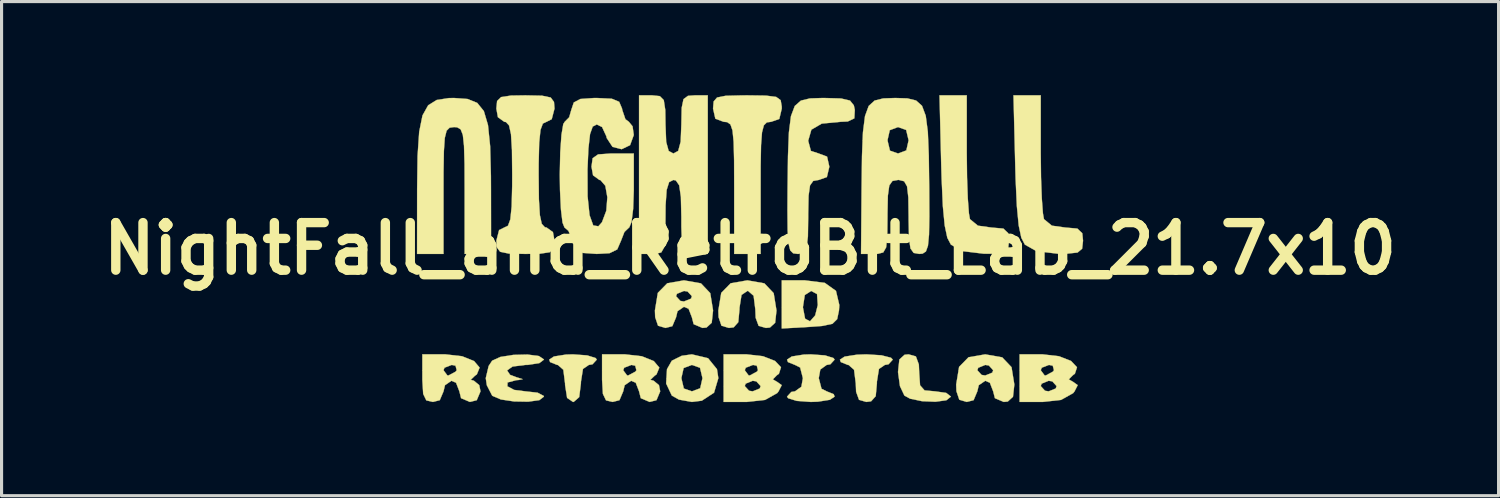
<source format=kicad_pcb>
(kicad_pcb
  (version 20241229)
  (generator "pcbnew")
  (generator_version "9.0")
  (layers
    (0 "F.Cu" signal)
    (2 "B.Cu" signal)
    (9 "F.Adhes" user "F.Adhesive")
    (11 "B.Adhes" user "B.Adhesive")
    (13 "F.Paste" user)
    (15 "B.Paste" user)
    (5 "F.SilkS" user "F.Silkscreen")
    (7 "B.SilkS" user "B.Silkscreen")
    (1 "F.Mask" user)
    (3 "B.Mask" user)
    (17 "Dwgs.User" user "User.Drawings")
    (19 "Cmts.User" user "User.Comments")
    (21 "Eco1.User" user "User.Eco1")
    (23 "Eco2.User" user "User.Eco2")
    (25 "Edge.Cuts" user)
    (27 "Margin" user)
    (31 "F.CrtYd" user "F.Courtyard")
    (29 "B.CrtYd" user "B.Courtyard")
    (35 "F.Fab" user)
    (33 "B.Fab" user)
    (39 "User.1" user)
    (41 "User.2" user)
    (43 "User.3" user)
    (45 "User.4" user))
  (footprint "NightFall_and_RetroBit_Lab_21.7x10"
    (layer "F.Cu")
    (at 20.98 4.916)
    (property "Reference" "NightFall_and_RetroBit_Lab_21.7x10" (at 0 0 0) (layer "F.SilkS") (effects (font (size 1.524 1.524) (thickness 0.3))))
    (attr through_hole)
    (fp_poly (pts (xy 5.313 3.453) (xy 5.408 3.712) (xy 5.419 3.979) (xy 5.447 4.378) (xy 5.591 4.541) (xy 5.927 4.572) (xy 6.283 4.621) (xy 6.435 4.739) (xy 6.435 4.741) (xy 6.29 4.857) (xy 5.94 4.905) (xy 5.51 4.887) (xy 5.127 4.807) (xy 4.945 4.707) (xy 4.803 4.405) (xy 4.741 3.958) (xy 4.741 3.945) (xy 4.784 3.551) (xy 4.95 3.4) (xy 5.08 3.387) (xy 5.313 3.453)) (stroke (width 0.01) (type solid)) (fill yes) (layer "F.SilkS"))
    (fp_poly (pts (xy -5.218 3.42) (xy -4.946 3.505) (xy -4.911 3.556) (xy -5.048 3.706) (xy -5.165 3.725) (xy -5.353 3.854) (xy -5.418 4.264) (xy -5.419 4.318) (xy -5.474 4.756) (xy -5.65 4.91) (xy -5.673 4.911) (xy -5.861 4.782) (xy -5.926 4.372) (xy -5.927 4.318) (xy -5.982 3.88) (xy -6.158 3.726) (xy -6.181 3.725) (xy -6.406 3.634) (xy -6.435 3.556) (xy -6.283 3.455) (xy -5.9 3.394) (xy -5.673 3.387) (xy -5.218 3.42)) (stroke (width 0.01) (type solid)) (fill yes) (layer "F.SilkS"))
    (fp_poly (pts (xy 2.393 1.096) (xy 2.752 1.352) (xy 2.86 1.807) (xy 2.849 1.979) (xy 2.791 2.259) (xy 2.639 2.408) (xy 2.303 2.478) (xy 1.905 2.507) (xy 1.016 2.558) (xy 1.016 1.877) (xy 1.693 1.877) (xy 1.763 2.244) (xy 1.921 2.328) (xy 2.086 2.14) (xy 2.17 1.807) (xy 2.146 1.455) (xy 1.959 1.355) (xy 1.754 1.486) (xy 1.693 1.877) (xy 1.016 1.877) (xy 1.016 1.016) (xy 1.757 1.016) (xy 2.393 1.096)) (stroke (width 0.01) (type solid)) (fill yes) (layer "F.SilkS"))
    (fp_poly (pts (xy 4.208 3.417) (xy 4.515 3.495) (xy 4.572 3.556) (xy 4.435 3.706) (xy 4.318 3.725) (xy 4.13 3.854) (xy 4.064 4.264) (xy 4.064 4.318) (xy 4.026 4.726) (xy 3.878 4.891) (xy 3.725 4.911) (xy 3.492 4.844) (xy 3.398 4.586) (xy 3.387 4.318) (xy 3.332 3.88) (xy 3.156 3.726) (xy 3.133 3.725) (xy 2.907 3.634) (xy 2.879 3.556) (xy 3.031 3.459) (xy 3.42 3.398) (xy 3.725 3.387) (xy 4.208 3.417)) (stroke (width 0.01) (type solid)) (fill yes) (layer "F.SilkS"))
    (fp_poly (pts (xy 6.943 -3.062) (xy 6.952 -2.281) (xy 6.976 -1.611) (xy 7.012 -1.132) (xy 7.045 -0.945) (xy 7.3 -0.736) (xy 7.723 -0.677) (xy 8.116 -0.643) (xy 8.273 -0.492) (xy 8.297 -0.254) (xy 8.268 0.002) (xy 8.123 0.125) (xy 7.771 0.162) (xy 7.493 0.163) (xy 6.805 0.08) (xy 6.435 -0.129) (xy 6.32 -0.348) (xy 6.236 -0.743) (xy 6.177 -1.361) (xy 6.137 -2.252) (xy 6.125 -2.662) (xy 6.07 -4.911) (xy 6.943 -4.911) (xy 6.943 -3.062)) (stroke (width 0.01) (type solid)) (fill yes) (layer "F.SilkS"))
    (fp_poly (pts (xy 9.313 -3.062) (xy 9.322 -2.281) (xy 9.347 -1.611) (xy 9.383 -1.132) (xy 9.416 -0.945) (xy 9.67 -0.736) (xy 10.093 -0.677) (xy 10.486 -0.643) (xy 10.644 -0.492) (xy 10.668 -0.254) (xy 10.639 0.002) (xy 10.493 0.125) (xy 10.142 0.162) (xy 9.864 0.163) (xy 9.175 0.08) (xy 8.805 -0.129) (xy 8.691 -0.348) (xy 8.607 -0.743) (xy 8.548 -1.361) (xy 8.507 -2.252) (xy 8.496 -2.662) (xy 8.44 -4.911) (xy 9.313 -4.911) (xy 9.313 -3.062)) (stroke (width 0.01) (type solid)) (fill yes) (layer "F.SilkS"))
    (fp_poly (pts (xy -1.345 3.511) (xy -1.06 3.862) (xy -1.016 4.149) (xy -1.154 4.615) (xy -1.545 4.871) (xy -1.863 4.911) (xy -2.276 4.837) (xy -2.506 4.707) (xy -2.688 4.321) (xy -2.678 4.149) (xy -2.201 4.149) (xy -2.122 4.481) (xy -1.863 4.572) (xy -1.597 4.473) (xy -1.524 4.149) (xy -1.603 3.817) (xy -1.863 3.725) (xy -2.128 3.825) (xy -2.201 4.149) (xy -2.678 4.149) (xy -2.661 3.862) (xy -2.506 3.59) (xy -2.189 3.433) (xy -1.863 3.387) (xy -1.345 3.511)) (stroke (width 0.01) (type solid)) (fill yes) (layer "F.SilkS"))
    (fp_poly (pts (xy 0.459 1.112) (xy 0.757 1.426) (xy 0.847 1.981) (xy 0.804 2.375) (xy 0.638 2.527) (xy 0.508 2.54) (xy 0.275 2.474) (xy 0.18 2.215) (xy 0.169 1.947) (xy 0.114 1.509) (xy -0.062 1.356) (xy -0.085 1.355) (xy -0.273 1.483) (xy -0.338 1.893) (xy -0.339 1.947) (xy -0.377 2.356) (xy -0.524 2.521) (xy -0.677 2.54) (xy -0.916 2.469) (xy -1.008 2.196) (xy -1.016 1.981) (xy -0.923 1.418) (xy -0.62 1.109) (xy -0.085 1.016) (xy 0.459 1.112)) (stroke (width 0.01) (type solid)) (fill yes) (layer "F.SilkS"))
    (fp_poly (pts (xy 2.402 3.42) (xy 2.674 3.505) (xy 2.709 3.556) (xy 2.572 3.706) (xy 2.455 3.725) (xy 2.251 3.873) (xy 2.201 4.149) (xy 2.29 4.489) (xy 2.455 4.572) (xy 2.681 4.663) (xy 2.709 4.741) (xy 2.558 4.842) (xy 2.175 4.903) (xy 1.947 4.911) (xy 1.493 4.877) (xy 1.22 4.792) (xy 1.185 4.741) (xy 1.322 4.591) (xy 1.439 4.572) (xy 1.644 4.425) (xy 1.693 4.149) (xy 1.605 3.808) (xy 1.439 3.725) (xy 1.214 3.634) (xy 1.185 3.556) (xy 1.337 3.455) (xy 1.72 3.394) (xy 1.947 3.387) (xy 2.402 3.42)) (stroke (width 0.01) (type solid)) (fill yes) (layer "F.SilkS"))
    (fp_poly (pts (xy 0.507 -4.903) (xy 0.837 -4.861) (xy 0.981 -4.756) (xy 1.015 -4.556) (xy 1.016 -4.487) (xy 0.937 -4.155) (xy 0.677 -4.064) (xy 0.537 -4.045) (xy 0.442 -3.95) (xy 0.383 -3.725) (xy 0.352 -3.315) (xy 0.34 -2.665) (xy 0.339 -1.947) (xy 0.339 0.169) (xy -0.508 0.169) (xy -0.508 -1.947) (xy -0.511 -2.826) (xy -0.526 -3.421) (xy -0.562 -3.787) (xy -0.628 -3.979) (xy -0.732 -4.053) (xy -0.847 -4.064) (xy -1.112 -4.163) (xy -1.185 -4.487) (xy -1.166 -4.715) (xy -1.057 -4.842) (xy -0.782 -4.897) (xy -0.264 -4.91) (xy -0.085 -4.911) (xy 0.507 -4.903)) (stroke (width 0.01) (type solid)) (fill yes) (layer "F.SilkS"))
    (fp_poly (pts (xy -1.573 1.112) (xy -1.275 1.426) (xy -1.185 1.981) (xy -1.228 2.375) (xy -1.394 2.527) (xy -1.524 2.54) (xy -1.807 2.42) (xy -1.863 2.201) (xy -1.969 1.926) (xy -2.117 1.863) (xy -2.324 2.004) (xy -2.371 2.201) (xy -2.49 2.484) (xy -2.709 2.54) (xy -2.948 2.469) (xy -3.04 2.196) (xy -3.048 1.981) (xy -2.972 1.524) (xy -2.371 1.524) (xy -2.234 1.674) (xy -2.117 1.693) (xy -1.891 1.602) (xy -1.863 1.524) (xy -2 1.374) (xy -2.117 1.355) (xy -2.342 1.446) (xy -2.371 1.524) (xy -2.972 1.524) (xy -2.955 1.418) (xy -2.652 1.109) (xy -2.117 1.016) (xy -1.573 1.112)) (stroke (width 0.01) (type solid)) (fill yes) (layer "F.SilkS"))
    (fp_poly (pts (xy 8.079 3.483) (xy 8.377 3.797) (xy 8.467 4.352) (xy 8.424 4.746) (xy 8.258 4.898) (xy 8.128 4.911) (xy 7.845 4.791) (xy 7.789 4.572) (xy 7.683 4.296) (xy 7.535 4.233) (xy 7.328 4.375) (xy 7.281 4.572) (xy 7.162 4.855) (xy 6.943 4.911) (xy 6.704 4.84) (xy 6.612 4.567) (xy 6.604 4.352) (xy 6.68 3.895) (xy 7.281 3.895) (xy 7.418 4.045) (xy 7.535 4.064) (xy 7.761 3.973) (xy 7.789 3.895) (xy 7.652 3.744) (xy 7.535 3.725) (xy 7.31 3.817) (xy 7.281 3.895) (xy 6.68 3.895) (xy 6.697 3.789) (xy 7 3.479) (xy 7.535 3.387) (xy 8.079 3.483)) (stroke (width 0.01) (type solid)) (fill yes) (layer "F.SilkS"))
    (fp_poly (pts (xy -9.053 -4.795) (xy -8.741 -4.67) (xy -8.528 -4.407) (xy -8.396 -3.959) (xy -8.327 -3.282) (xy -8.302 -2.328) (xy -8.3 -1.905) (xy -8.297 0.169) (xy -9.144 0.169) (xy -9.144 -1.863) (xy -9.147 -2.72) (xy -9.164 -3.296) (xy -9.202 -3.645) (xy -9.272 -3.823) (xy -9.383 -3.887) (xy -9.483 -3.895) (xy -9.626 -3.875) (xy -9.722 -3.778) (xy -9.78 -3.547) (xy -9.809 -3.127) (xy -9.82 -2.461) (xy -9.821 -1.863) (xy -9.821 0.169) (xy -10.668 0.169) (xy -10.666 -1.905) (xy -10.652 -2.97) (xy -10.6 -3.743) (xy -10.494 -4.268) (xy -10.312 -4.593) (xy -10.039 -4.763) (xy -9.653 -4.823) (xy -9.483 -4.826) (xy -9.053 -4.795)) (stroke (width 0.01) (type solid)) (fill yes) (layer "F.SilkS"))
    (fp_poly (pts (xy -6.764 3.441) (xy -6.604 3.549) (xy -6.604 3.556) (xy -6.753 3.668) (xy -7.119 3.724) (xy -7.197 3.725) (xy -7.609 3.777) (xy -7.785 3.9) (xy -7.687 4.044) (xy -7.493 4.117) (xy -7.284 4.181) (xy -7.405 4.207) (xy -7.493 4.214) (xy -7.769 4.287) (xy -7.774 4.411) (xy -7.557 4.526) (xy -7.197 4.572) (xy -6.805 4.615) (xy -6.609 4.719) (xy -6.604 4.741) (xy -6.75 4.853) (xy -7.109 4.903) (xy -7.56 4.895) (xy -7.982 4.832) (xy -8.256 4.715) (xy -8.263 4.707) (xy -8.433 4.377) (xy -8.467 4.149) (xy -8.375 3.76) (xy -8.263 3.59) (xy -8.001 3.47) (xy -7.583 3.404) (xy -7.131 3.393) (xy -6.764 3.441)) (stroke (width 0.01) (type solid)) (fill yes) (layer "F.SilkS"))
    (fp_poly (pts (xy -9.224 3.448) (xy -8.84 3.603) (xy -8.664 3.811) (xy -8.753 4.028) (xy -8.816 4.074) (xy -8.95 4.203) (xy -8.848 4.231) (xy -8.676 4.374) (xy -8.636 4.572) (xy -8.756 4.855) (xy -8.975 4.911) (xy -9.258 4.791) (xy -9.313 4.572) (xy -9.419 4.296) (xy -9.567 4.233) (xy -9.774 4.375) (xy -9.821 4.572) (xy -9.941 4.855) (xy -10.16 4.911) (xy -10.372 4.861) (xy -10.472 4.654) (xy -10.499 4.203) (xy -10.499 4.149) (xy -10.499 3.895) (xy -9.821 3.895) (xy -9.7 4.059) (xy -9.662 4.064) (xy -9.433 3.941) (xy -9.398 3.895) (xy -9.436 3.75) (xy -9.557 3.725) (xy -9.789 3.814) (xy -9.821 3.895) (xy -10.499 3.895) (xy -10.499 3.387) (xy -9.757 3.387) (xy -9.224 3.448)) (stroke (width 0.01) (type solid)) (fill yes) (layer "F.SilkS"))
    (fp_poly (pts (xy -3.466 3.448) (xy -3.083 3.603) (xy -2.907 3.811) (xy -2.996 4.028) (xy -3.059 4.074) (xy -3.193 4.203) (xy -3.09 4.231) (xy -2.918 4.374) (xy -2.879 4.572) (xy -2.998 4.855) (xy -3.217 4.911) (xy -3.5 4.791) (xy -3.556 4.572) (xy -3.662 4.296) (xy -3.81 4.233) (xy -4.017 4.375) (xy -4.064 4.572) (xy -4.184 4.855) (xy -4.403 4.911) (xy -4.614 4.861) (xy -4.714 4.654) (xy -4.741 4.203) (xy -4.741 4.149) (xy -4.741 3.895) (xy -4.064 3.895) (xy -3.942 4.059) (xy -3.905 4.064) (xy -3.675 3.941) (xy -3.641 3.895) (xy -3.679 3.75) (xy -3.8 3.725) (xy -4.032 3.814) (xy -4.064 3.895) (xy -4.741 3.895) (xy -4.741 3.387) (xy -4 3.387) (xy -3.466 3.448)) (stroke (width 0.01) (type solid)) (fill yes) (layer "F.SilkS"))
    (fp_poly (pts (xy 0.415 3.447) (xy 0.802 3.599) (xy 0.992 3.8) (xy 0.925 4.008) (xy 0.859 4.056) (xy 0.729 4.188) (xy 0.87 4.27) (xy 1.015 4.373) (xy 0.911 4.576) (xy 0.868 4.629) (xy 0.48 4.846) (xy -0.105 4.911) (xy -0.847 4.911) (xy -0.847 4.403) (xy -0.169 4.403) (xy -0.032 4.553) (xy 0.085 4.572) (xy 0.31 4.481) (xy 0.339 4.403) (xy 0.202 4.252) (xy 0.085 4.233) (xy -0.141 4.325) (xy -0.169 4.403) (xy -0.847 4.403) (xy -0.847 3.895) (xy -0.169 3.895) (xy -0.048 4.059) (xy -0.01 4.064) (xy 0.219 3.941) (xy 0.254 3.895) (xy 0.216 3.75) (xy 0.095 3.725) (xy -0.137 3.814) (xy -0.169 3.895) (xy -0.847 3.895) (xy -0.847 3.387) (xy -0.105 3.387) (xy 0.415 3.447)) (stroke (width 0.01) (type solid)) (fill yes) (layer "F.SilkS"))
    (fp_poly (pts (xy 9.898 3.447) (xy 10.285 3.599) (xy 10.475 3.8) (xy 10.407 4.008) (xy 10.342 4.056) (xy 10.211 4.188) (xy 10.353 4.27) (xy 10.497 4.373) (xy 10.394 4.576) (xy 10.351 4.629) (xy 9.963 4.846) (xy 9.377 4.911) (xy 8.636 4.911) (xy 8.636 4.403) (xy 9.313 4.403) (xy 9.45 4.553) (xy 9.567 4.572) (xy 9.793 4.481) (xy 9.821 4.403) (xy 9.684 4.252) (xy 9.567 4.233) (xy 9.342 4.325) (xy 9.313 4.403) (xy 8.636 4.403) (xy 8.636 3.895) (xy 9.313 3.895) (xy 9.435 4.059) (xy 9.473 4.064) (xy 9.702 3.941) (xy 9.737 3.895) (xy 9.698 3.75) (xy 9.577 3.725) (xy 9.346 3.814) (xy 9.313 3.895) (xy 8.636 3.895) (xy 8.636 3.387) (xy 9.377 3.387) (xy 9.898 3.447)) (stroke (width 0.01) (type solid)) (fill yes) (layer "F.SilkS"))
    (fp_poly (pts (xy -2.89 -4.886) (xy -2.764 -4.759) (xy -2.716 -4.444) (xy -2.709 -3.979) (xy -2.687 -3.418) (xy -2.607 -3.129) (xy -2.455 -3.048) (xy -2.302 -3.132) (xy -2.223 -3.425) (xy -2.201 -3.979) (xy -2.19 -4.513) (xy -2.132 -4.79) (xy -1.989 -4.895) (xy -1.778 -4.911) (xy -1.355 -4.911) (xy -1.355 0.169) (xy -1.778 0.169) (xy -1.999 0.152) (xy -2.126 0.05) (xy -2.184 -0.209) (xy -2.201 -0.7) (xy -2.201 -1.016) (xy -2.216 -1.66) (xy -2.27 -2.029) (xy -2.376 -2.184) (xy -2.455 -2.201) (xy -2.593 -2.132) (xy -2.672 -1.881) (xy -2.706 -1.387) (xy -2.709 -1.016) (xy -2.716 -0.397) (xy -2.752 -0.042) (xy -2.844 0.121) (xy -3.02 0.167) (xy -3.133 0.169) (xy -3.556 0.169) (xy -3.556 -4.911) (xy -3.133 -4.911) (xy -2.89 -4.886)) (stroke (width 0.01) (type solid)) (fill yes) (layer "F.SilkS"))
    (fp_poly (pts (xy 2.915 -4.811) (xy 3.202 -4.744) (xy 3.325 -4.591) (xy 3.356 -4.445) (xy 3.341 -4.174) (xy 3.13 -4.074) (xy 2.904 -4.064) (xy 2.297 -4.006) (xy 1.965 -3.812) (xy 1.863 -3.458) (xy 1.863 -3.453) (xy 1.95 -3.131) (xy 2.201 -3.048) (xy 2.467 -2.949) (xy 2.54 -2.625) (xy 2.461 -2.293) (xy 2.201 -2.201) (xy 2.023 -2.169) (xy 1.921 -2.025) (xy 1.875 -1.696) (xy 1.863 -1.11) (xy 1.863 -1.016) (xy 1.854 -0.393) (xy 1.812 -0.036) (xy 1.718 0.127) (xy 1.551 0.169) (xy 1.524 0.169) (xy 1.382 0.15) (xy 1.288 0.056) (xy 1.231 -0.169) (xy 1.204 -0.58) (xy 1.198 -1.233) (xy 1.202 -1.905) (xy 1.215 -2.962) (xy 1.245 -3.727) (xy 1.311 -4.247) (xy 1.433 -4.571) (xy 1.629 -4.743) (xy 1.919 -4.813) (xy 2.321 -4.826) (xy 2.378 -4.826) (xy 2.915 -4.811)) (stroke (width 0.01) (type solid)) (fill yes) (layer "F.SilkS"))
    (fp_poly (pts (xy -6.663 -4.9) (xy -6.386 -4.842) (xy -6.281 -4.699) (xy -6.265 -4.487) (xy -6.354 -4.147) (xy -6.519 -4.064) (xy -6.638 -4.008) (xy -6.714 -3.803) (xy -6.756 -3.393) (xy -6.772 -2.723) (xy -6.773 -2.371) (xy -6.765 -1.581) (xy -6.734 -1.074) (xy -6.673 -0.794) (xy -6.572 -0.685) (xy -6.519 -0.677) (xy -6.315 -0.53) (xy -6.265 -0.254) (xy -6.29 -0.012) (xy -6.417 0.115) (xy -6.732 0.162) (xy -7.197 0.169) (xy -7.73 0.158) (xy -8.008 0.1) (xy -8.113 -0.043) (xy -8.128 -0.254) (xy -8.04 -0.594) (xy -7.874 -0.677) (xy -7.756 -0.733) (xy -7.68 -0.938) (xy -7.638 -1.348) (xy -7.621 -2.018) (xy -7.62 -2.371) (xy -7.628 -3.16) (xy -7.659 -3.667) (xy -7.721 -3.947) (xy -7.821 -4.056) (xy -7.874 -4.064) (xy -8.078 -4.211) (xy -8.128 -4.487) (xy -8.104 -4.73) (xy -7.976 -4.856) (xy -7.662 -4.904) (xy -7.197 -4.911) (xy -6.663 -4.9)) (stroke (width 0.01) (type solid)) (fill yes) (layer "F.SilkS"))
    (fp_poly (pts (xy 5.04 -4.814) (xy 5.319 -4.746) (xy 5.509 -4.576) (xy 5.629 -4.256) (xy 5.696 -3.74) (xy 5.727 -2.979) (xy 5.74 -1.928) (xy 5.74 -1.905) (xy 5.744 -1.037) (xy 5.734 -0.452) (xy 5.7 -0.095) (xy 5.634 0.091) (xy 5.528 0.16) (xy 5.419 0.169) (xy 5.241 0.137) (xy 5.139 -0.007) (xy 5.092 -0.336) (xy 5.08 -0.922) (xy 5.08 -1.016) (xy 5.071 -1.639) (xy 5.03 -1.996) (xy 4.936 -2.159) (xy 4.768 -2.201) (xy 4.741 -2.201) (xy 4.563 -2.169) (xy 4.461 -2.025) (xy 4.415 -1.696) (xy 4.403 -1.11) (xy 4.403 -1.016) (xy 4.396 -0.397) (xy 4.36 -0.042) (xy 4.268 0.121) (xy 4.092 0.167) (xy 3.979 0.169) (xy 3.556 0.169) (xy 3.573 -1.905) (xy 3.586 -2.962) (xy 3.606 -3.471) (xy 4.403 -3.471) (xy 4.482 -3.139) (xy 4.741 -3.048) (xy 5.007 -3.147) (xy 5.08 -3.471) (xy 5.001 -3.803) (xy 4.741 -3.895) (xy 4.476 -3.795) (xy 4.403 -3.471) (xy 3.606 -3.471) (xy 3.617 -3.727) (xy 3.683 -4.248) (xy 3.801 -4.571) (xy 3.99 -4.744) (xy 4.267 -4.813) (xy 4.648 -4.826) (xy 4.657 -4.826) (xy 5.04 -4.814)) (stroke (width 0.01) (type solid)) (fill yes) (layer "F.SilkS"))
    (fp_poly (pts (xy -4.431 -4.803) (xy -4.193 -4.705) (xy -4.101 -4.487) (xy -4.095 -4.445) (xy -3.993 -4.147) (xy -3.883 -4.064) (xy -3.764 -3.919) (xy -3.725 -3.641) (xy -3.844 -3.315) (xy -4.113 -3.186) (xy -4.406 -3.261) (xy -4.593 -3.545) (xy -4.603 -3.598) (xy -4.741 -3.896) (xy -4.911 -3.979) (xy -5.041 -3.912) (xy -5.126 -3.672) (xy -5.179 -3.202) (xy -5.208 -2.54) (xy -5.205 -1.679) (xy -5.142 -1.072) (xy -5.024 -0.744) (xy -4.859 -0.717) (xy -4.744 -0.847) (xy -4.605 -1.216) (xy -4.572 -1.646) (xy -4.637 -2.015) (xy -4.795 -2.198) (xy -4.826 -2.201) (xy -5.03 -2.349) (xy -5.08 -2.625) (xy -5.043 -2.897) (xy -4.869 -3.019) (xy -4.462 -3.048) (xy -4.403 -3.048) (xy -3.725 -3.048) (xy -3.725 -1.863) (xy -3.745 -1.278) (xy -3.797 -0.855) (xy -3.87 -0.678) (xy -3.876 -0.677) (xy -4.025 -0.534) (xy -4.134 -0.254) (xy -4.255 0.025) (xy -4.502 0.146) (xy -4.911 0.169) (xy -5.361 0.137) (xy -5.586 -0.000065) (xy -5.688 -0.254) (xy -5.819 -0.571) (xy -5.945 -0.677) (xy -6.008 -0.835) (xy -6.059 -1.259) (xy -6.089 -1.879) (xy -6.096 -2.371) (xy -6.081 -3.082) (xy -6.042 -3.646) (xy -5.984 -3.991) (xy -5.938 -4.064) (xy -5.795 -4.208) (xy -5.727 -4.445) (xy -5.647 -4.683) (xy -5.435 -4.795) (xy -4.995 -4.826) (xy -4.911 -4.826) (xy -4.431 -4.803)) (stroke (width 0.01) (type solid)) (fill yes) (layer "F.SilkS")))
  (gr_rect
    (start -3 -3)
    (end 44.961 12.831)
    (stroke (width 0.1) (type default))
    (fill no)
    (layer "Edge.Cuts")))
</source>
